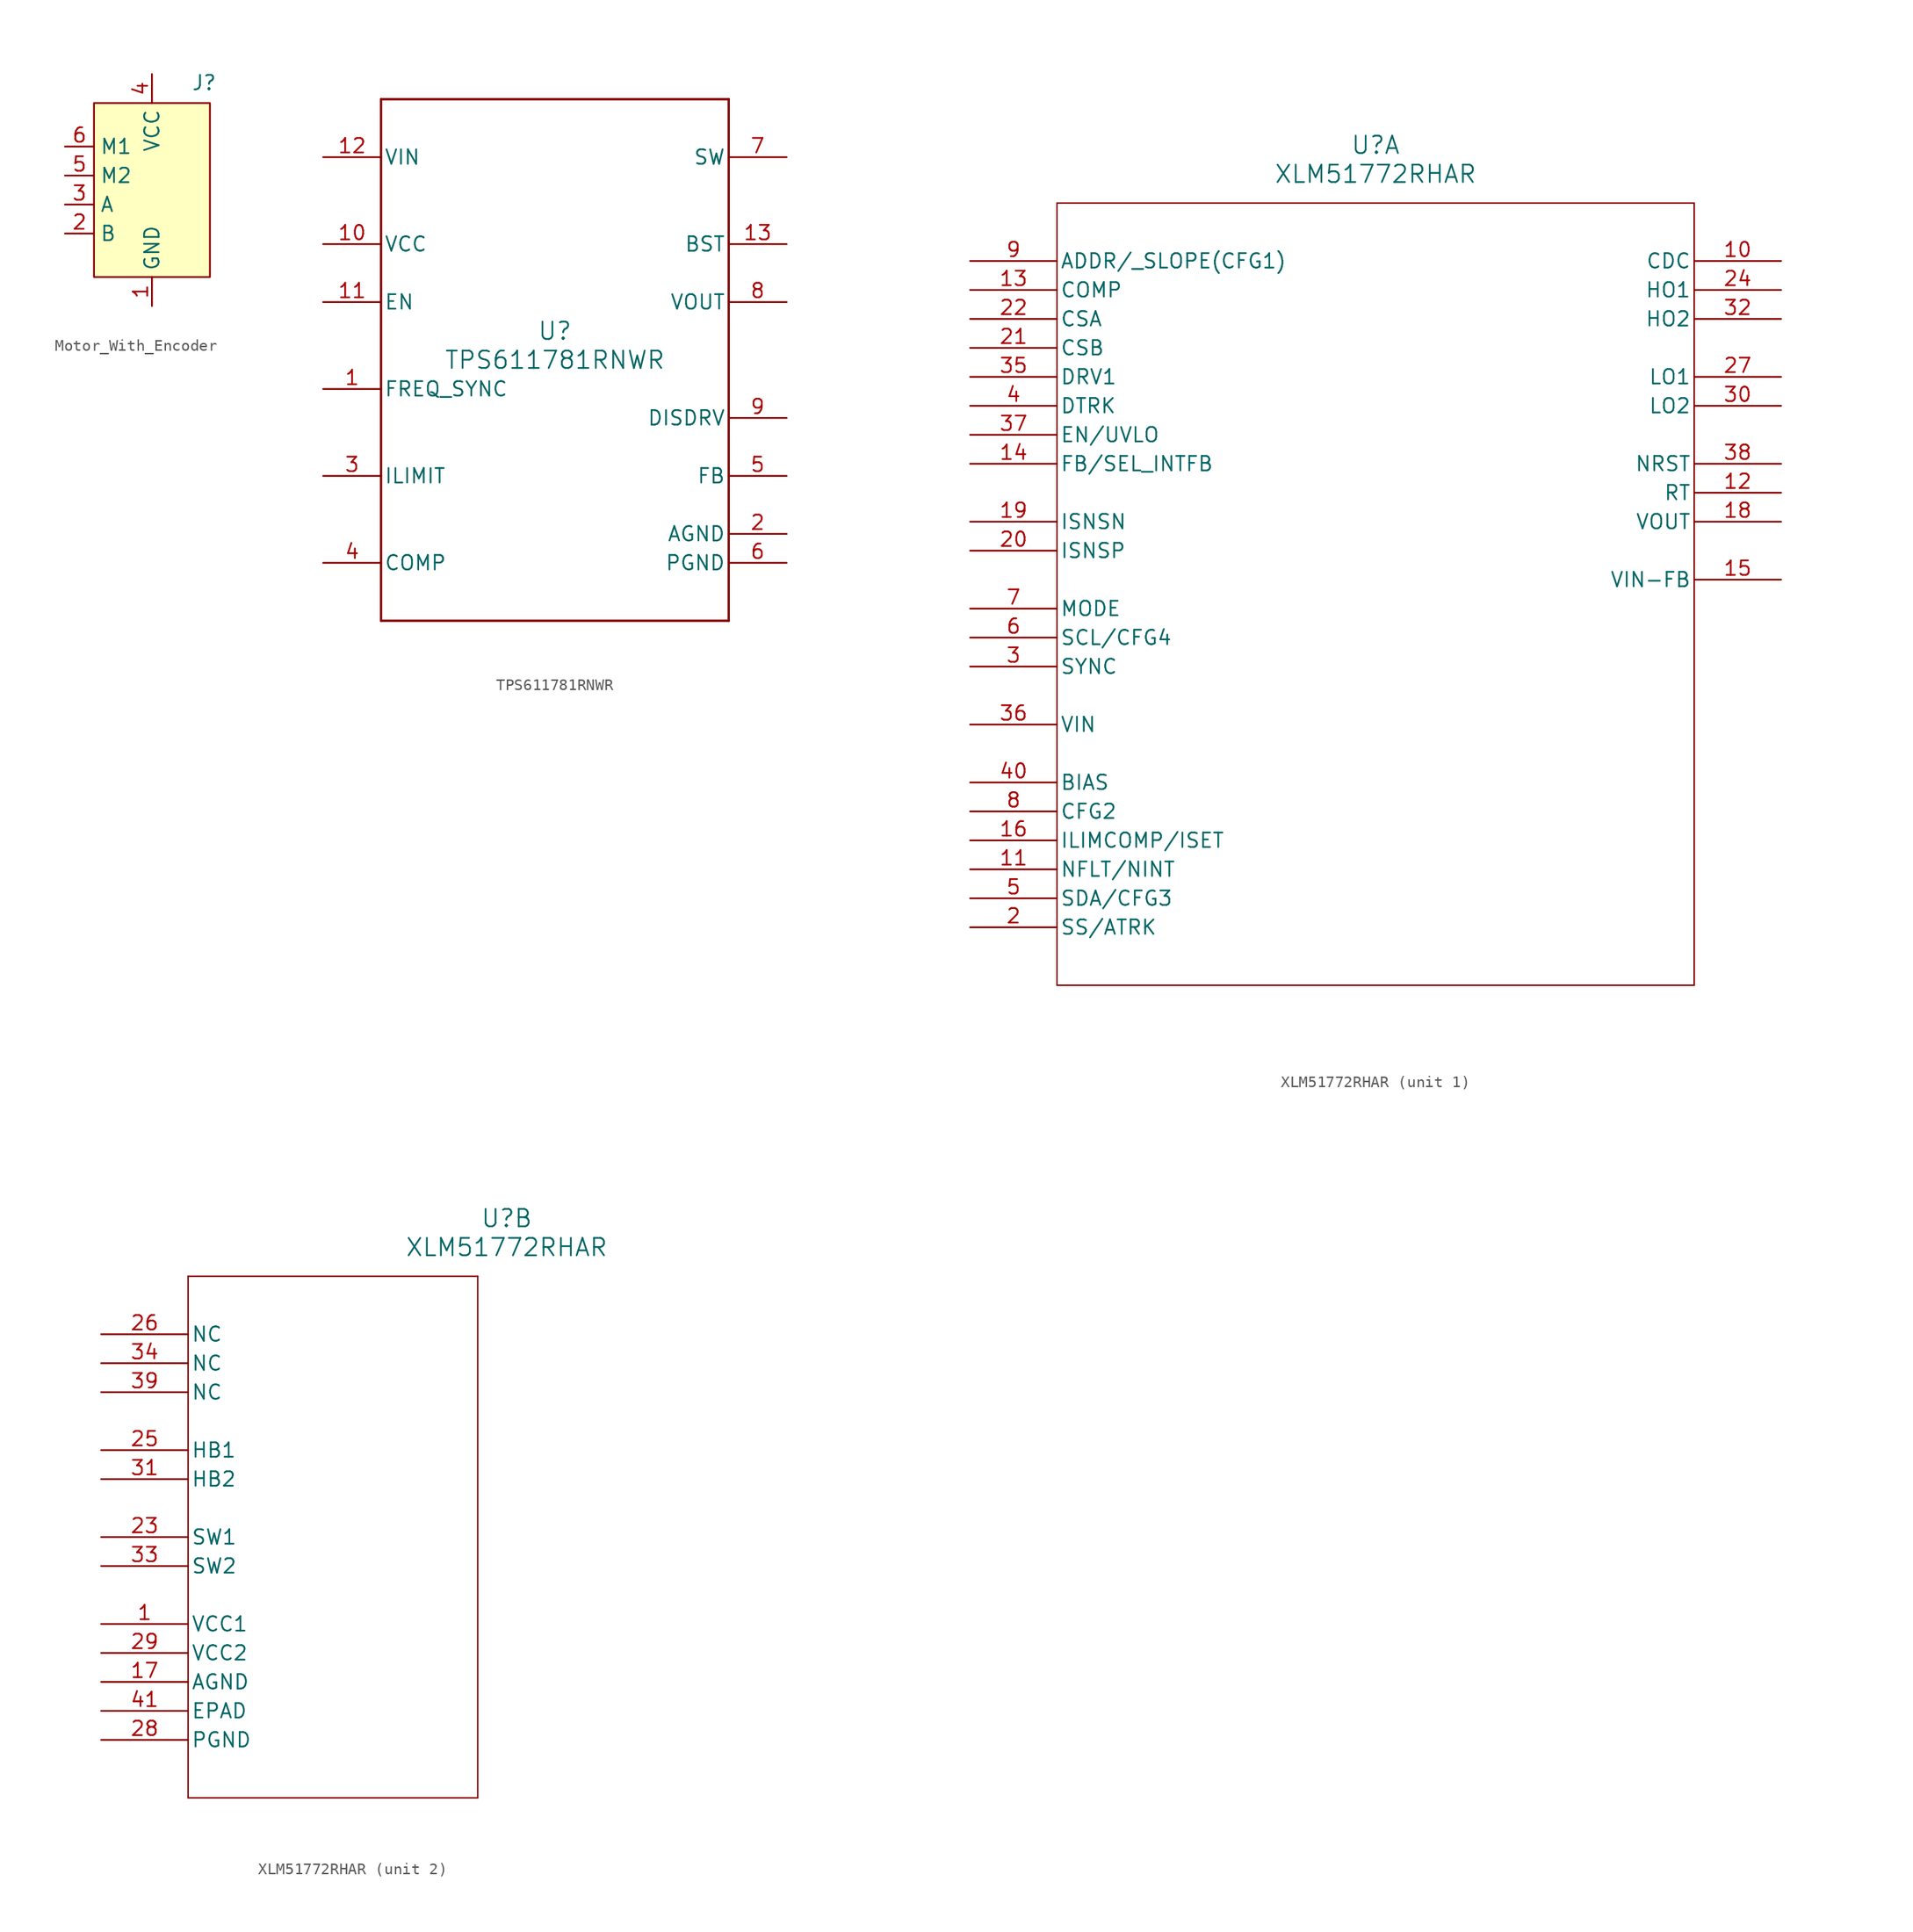
<source format=kicad_sym>
(kicad_symbol_lib
  (version 20241209)
  (generator "kicad_symbol_editor")
  (generator_version "9.0")
  (symbol "Motor_With_Encoder"
    (property "Reference" "J"
      (at 4.572 9.398 0)
      (effects (font (size 1.27 1.27))))
    (property "Value" ""
      (at 0 0 0)
      (effects (font (size 1.27 1.27))))
    (symbol "Motor_With_Encoder_1_1"
      (rectangle (start -5.08 7.62) (end 5.08 -7.62) (stroke (width 0) (type solid)) (fill (type background)))
      (pin input line (at -7.62 3.81 0) (length 2.54) (name "M1" (effects (font (size 1.27 1.27)))) (number "6" (effects (font (size 1.27 1.27)))))
      (pin input line (at -7.62 1.27 0) (length 2.54) (name "M2" (effects (font (size 1.27 1.27)))) (number "5" (effects (font (size 1.27 1.27)))))
      (pin output line (at -7.62 -1.27 0) (length 2.54) (name "A" (effects (font (size 1.27 1.27)))) (number "3" (effects (font (size 1.27 1.27)))))
      (pin output line (at -7.62 -3.81 0) (length 2.54) (name "B" (effects (font (size 1.27 1.27)))) (number "2" (effects (font (size 1.27 1.27)))))
      (pin power_in line (at 0 10.16 270) (length 2.54) (name "VCC" (effects (font (size 1.27 1.27)))) (number "4" (effects (font (size 1.27 1.27)))))
      (pin power_in line (at 0 -10.16 90) (length 2.54) (name "GND" (effects (font (size 1.27 1.27)))) (number "1" (effects (font (size 1.27 1.27)))))))
  (symbol "TPS611781RNWR"
    (pin_names
      (offset 0.254))
    (property "Reference" "U"
      (at 0 2.54 0)
      (effects (font (size 1.524 1.524))))
    (property "Value" "TPS611781RNWR"
      (at 0 0 0)
      (effects (font (size 1.524 1.524))))
    (symbol "TPS611781RNWR_0_1"
      (polyline (pts (xy -15.24 22.86) (xy -15.24 -22.86)) (stroke (width 0.203) (type default)) (fill (type none)))
      (polyline (pts (xy -15.24 -22.86) (xy 15.24 -22.86)) (stroke (width 0.203) (type default)) (fill (type none)))
      (polyline (pts (xy 15.24 22.86) (xy -15.24 22.86)) (stroke (width 0.203) (type default)) (fill (type none)))
      (polyline (pts (xy 15.24 -22.86) (xy 15.24 22.86)) (stroke (width 0.203) (type default)) (fill (type none)))
      (pin power_in line (at -20.32 17.78 0) (length 5.08) (name "VIN" (effects (font (size 1.27 1.27)))) (number "12" (effects (font (size 1.27 1.27)))))
      (pin power_in line (at -20.32 10.16 0) (length 5.08) (name "VCC" (effects (font (size 1.27 1.27)))) (number "10" (effects (font (size 1.27 1.27)))))
      (pin input line (at -20.32 5.08 0) (length 5.08) (name "EN" (effects (font (size 1.27 1.27)))) (number "11" (effects (font (size 1.27 1.27)))))
      (pin input line (at -20.32 -2.54 0) (length 5.08) (name "FREQ_SYNC" (effects (font (size 1.27 1.27)))) (number "1" (effects (font (size 1.27 1.27)))))
      (pin input line (at -20.32 -10.16 0) (length 5.08) (name "ILIMIT" (effects (font (size 1.27 1.27)))) (number "3" (effects (font (size 1.27 1.27)))))
      (pin unspecified line (at -20.32 -17.78 0) (length 5.08) (name "COMP" (effects (font (size 1.27 1.27)))) (number "4" (effects (font (size 1.27 1.27)))))
      (pin power_in line (at 20.32 17.78 180) (length 5.08) (name "SW" (effects (font (size 1.27 1.27)))) (number "7" (effects (font (size 1.27 1.27)))))
      (pin power_in line (at 20.32 10.16 180) (length 5.08) (name "BST" (effects (font (size 1.27 1.27)))) (number "13" (effects (font (size 1.27 1.27)))))
      (pin power_in line (at 20.32 5.08 180) (length 5.08) (name "VOUT" (effects (font (size 1.27 1.27)))) (number "8" (effects (font (size 1.27 1.27)))))
      (pin unspecified line (at 20.32 -5.08 180) (length 5.08) (name "DISDRV" (effects (font (size 1.27 1.27)))) (number "9" (effects (font (size 1.27 1.27)))))
      (pin input line (at 20.32 -10.16 180) (length 5.08) (name "FB" (effects (font (size 1.27 1.27)))) (number "5" (effects (font (size 1.27 1.27)))))
      (pin power_in line (at 20.32 -15.24 180) (length 5.08) (name "AGND" (effects (font (size 1.27 1.27)))) (number "2" (effects (font (size 1.27 1.27)))))
      (pin power_in line (at 20.32 -17.78 180) (length 5.08) (name "PGND" (effects (font (size 1.27 1.27)))) (number "6" (effects (font (size 1.27 1.27)))))))
  (symbol "XLM51772RHAR"
    (pin_names
      (offset 0.254))
    (property "Reference" "U"
      (at 35.56 10.16 0)
      (effects (font (size 1.524 1.524))))
    (property "Value" "XLM51772RHAR"
      (at 35.56 7.62 0)
      (effects (font (size 1.524 1.524))))
    (property "ki_locked" ""
      (at 0 0 0)
      (effects (font (size 1.27 1.27))))
    (symbol "XLM51772RHAR_1_1"
      (polyline (pts (xy 7.62 5.08) (xy 7.62 -63.5)) (stroke (width 0.127) (type default)) (fill (type none)))
      (polyline (pts (xy 7.62 -63.5) (xy 63.5 -63.5)) (stroke (width 0.127) (type default)) (fill (type none)))
      (polyline (pts (xy 63.5 5.08) (xy 7.62 5.08)) (stroke (width 0.127) (type default)) (fill (type none)))
      (polyline (pts (xy 63.5 -63.5) (xy 63.5 5.08)) (stroke (width 0.127) (type default)) (fill (type none)))
      (pin input line (at 0 0 0) (length 7.62) (name "ADDR/_SLOPE(CFG1)" (effects (font (size 1.27 1.27)))) (number "9" (effects (font (size 1.27 1.27)))))
      (pin input line (at 0 -2.54 0) (length 7.62) (name "COMP" (effects (font (size 1.27 1.27)))) (number "13" (effects (font (size 1.27 1.27)))))
      (pin input line (at 0 -5.08 0) (length 7.62) (name "CSA" (effects (font (size 1.27 1.27)))) (number "22" (effects (font (size 1.27 1.27)))))
      (pin input line (at 0 -7.62 0) (length 7.62) (name "CSB" (effects (font (size 1.27 1.27)))) (number "21" (effects (font (size 1.27 1.27)))))
      (pin input line (at 0 -10.16 0) (length 7.62) (name "DRV1" (effects (font (size 1.27 1.27)))) (number "35" (effects (font (size 1.27 1.27)))))
      (pin input line (at 0 -12.7 0) (length 7.62) (name "DTRK" (effects (font (size 1.27 1.27)))) (number "4" (effects (font (size 1.27 1.27)))))
      (pin input line (at 0 -15.24 0) (length 7.62) (name "EN/UVLO" (effects (font (size 1.27 1.27)))) (number "37" (effects (font (size 1.27 1.27)))))
      (pin input line (at 0 -17.78 0) (length 7.62) (name "FB/SEL_INTFB" (effects (font (size 1.27 1.27)))) (number "14" (effects (font (size 1.27 1.27)))))
      (pin input line (at 0 -22.86 0) (length 7.62) (name "ISNSN" (effects (font (size 1.27 1.27)))) (number "19" (effects (font (size 1.27 1.27)))))
      (pin input line (at 0 -25.4 0) (length 7.62) (name "ISNSP" (effects (font (size 1.27 1.27)))) (number "20" (effects (font (size 1.27 1.27)))))
      (pin input line (at 0 -30.48 0) (length 7.62) (name "MODE" (effects (font (size 1.27 1.27)))) (number "7" (effects (font (size 1.27 1.27)))))
      (pin input line (at 0 -33.02 0) (length 7.62) (name "SCL/CFG4" (effects (font (size 1.27 1.27)))) (number "6" (effects (font (size 1.27 1.27)))))
      (pin input line (at 0 -35.56 0) (length 7.62) (name "SYNC" (effects (font (size 1.27 1.27)))) (number "3" (effects (font (size 1.27 1.27)))))
      (pin input line (at 0 -40.64 0) (length 7.62) (name "VIN" (effects (font (size 1.27 1.27)))) (number "36" (effects (font (size 1.27 1.27)))))
      (pin unspecified line (at 0 -45.72 0) (length 7.62) (name "BIAS" (effects (font (size 1.27 1.27)))) (number "40" (effects (font (size 1.27 1.27)))))
      (pin bidirectional line (at 0 -48.26 0) (length 7.62) (name "CFG2" (effects (font (size 1.27 1.27)))) (number "8" (effects (font (size 1.27 1.27)))))
      (pin unspecified line (at 0 -50.8 0) (length 7.62) (name "ILIMCOMP/ISET" (effects (font (size 1.27 1.27)))) (number "16" (effects (font (size 1.27 1.27)))))
      (pin bidirectional line (at 0 -53.34 0) (length 7.62) (name "NFLT/NINT" (effects (font (size 1.27 1.27)))) (number "11" (effects (font (size 1.27 1.27)))))
      (pin bidirectional line (at 0 -55.88 0) (length 7.62) (name "SDA/CFG3" (effects (font (size 1.27 1.27)))) (number "5" (effects (font (size 1.27 1.27)))))
      (pin bidirectional line (at 0 -58.42 0) (length 7.62) (name "SS/ATRK" (effects (font (size 1.27 1.27)))) (number "2" (effects (font (size 1.27 1.27)))))
      (pin output line (at 71.12 0 180) (length 7.62) (name "CDC" (effects (font (size 1.27 1.27)))) (number "10" (effects (font (size 1.27 1.27)))))
      (pin output line (at 71.12 -2.54 180) (length 7.62) (name "HO1" (effects (font (size 1.27 1.27)))) (number "24" (effects (font (size 1.27 1.27)))))
      (pin output line (at 71.12 -5.08 180) (length 7.62) (name "HO2" (effects (font (size 1.27 1.27)))) (number "32" (effects (font (size 1.27 1.27)))))
      (pin output line (at 71.12 -10.16 180) (length 7.62) (name "LO1" (effects (font (size 1.27 1.27)))) (number "27" (effects (font (size 1.27 1.27)))))
      (pin output line (at 71.12 -12.7 180) (length 7.62) (name "LO2" (effects (font (size 1.27 1.27)))) (number "30" (effects (font (size 1.27 1.27)))))
      (pin output line (at 71.12 -17.78 180) (length 7.62) (name "NRST" (effects (font (size 1.27 1.27)))) (number "38" (effects (font (size 1.27 1.27)))))
      (pin output line (at 71.12 -20.32 180) (length 7.62) (name "RT" (effects (font (size 1.27 1.27)))) (number "12" (effects (font (size 1.27 1.27)))))
      (pin input line (at 71.12 -22.86 180) (length 7.62) (name "VOUT" (effects (font (size 1.27 1.27)))) (number "18" (effects (font (size 1.27 1.27)))))
      (pin unspecified line (at 71.12 -27.94 180) (length 7.62) (name "VIN-FB" (effects (font (size 1.27 1.27)))) (number "15" (effects (font (size 1.27 1.27))))))
    (symbol "XLM51772RHAR_2_1"
      (polyline (pts (xy 7.62 5.08) (xy 7.62 -40.64)) (stroke (width 0.127) (type default)) (fill (type none)))
      (polyline (pts (xy 7.62 -40.64) (xy 33.02 -40.64)) (stroke (width 0.127) (type default)) (fill (type none)))
      (polyline (pts (xy 33.02 5.08) (xy 7.62 5.08)) (stroke (width 0.127) (type default)) (fill (type none)))
      (polyline (pts (xy 33.02 -40.64) (xy 33.02 5.08)) (stroke (width 0.127) (type default)) (fill (type none)))
      (pin output line (at 0 0 0) (length 7.62) (name "NC" (effects (font (size 1.27 1.27)))) (number "26" (effects (font (size 1.27 1.27)))))
      (pin output line (at 0 -2.54 0) (length 7.62) (name "NC" (effects (font (size 1.27 1.27)))) (number "34" (effects (font (size 1.27 1.27)))))
      (pin power_out line (at 0 -5.08 0) (length 7.62) (name "NC" (effects (font (size 1.27 1.27)))) (number "39" (effects (font (size 1.27 1.27)))))
      (pin power_in line (at 0 -10.16 0) (length 7.62) (name "HB1" (effects (font (size 1.27 1.27)))) (number "25" (effects (font (size 1.27 1.27)))))
      (pin power_in line (at 0 -12.7 0) (length 7.62) (name "HB2" (effects (font (size 1.27 1.27)))) (number "31" (effects (font (size 1.27 1.27)))))
      (pin power_in line (at 0 -17.78 0) (length 7.62) (name "SW1" (effects (font (size 1.27 1.27)))) (number "23" (effects (font (size 1.27 1.27)))))
      (pin power_in line (at 0 -20.32 0) (length 7.62) (name "SW2" (effects (font (size 1.27 1.27)))) (number "33" (effects (font (size 1.27 1.27)))))
      (pin output line (at 0 -25.4 0) (length 7.62) (name "VCC1" (effects (font (size 1.27 1.27)))) (number "1" (effects (font (size 1.27 1.27)))))
      (pin output line (at 0 -27.94 0) (length 7.62) (name "VCC2" (effects (font (size 1.27 1.27)))) (number "29" (effects (font (size 1.27 1.27)))))
      (pin power_out line (at 0 -30.48 0) (length 7.62) (name "AGND" (effects (font (size 1.27 1.27)))) (number "17" (effects (font (size 1.27 1.27)))))
      (pin power_out line (at 0 -33.02 0) (length 7.62) (name "EPAD" (effects (font (size 1.27 1.27)))) (number "41" (effects (font (size 1.27 1.27)))))
      (pin power_out line (at 0 -35.56 0) (length 7.62) (name "PGND" (effects (font (size 1.27 1.27)))) (number "28" (effects (font (size 1.27 1.27))))))))
</source>
